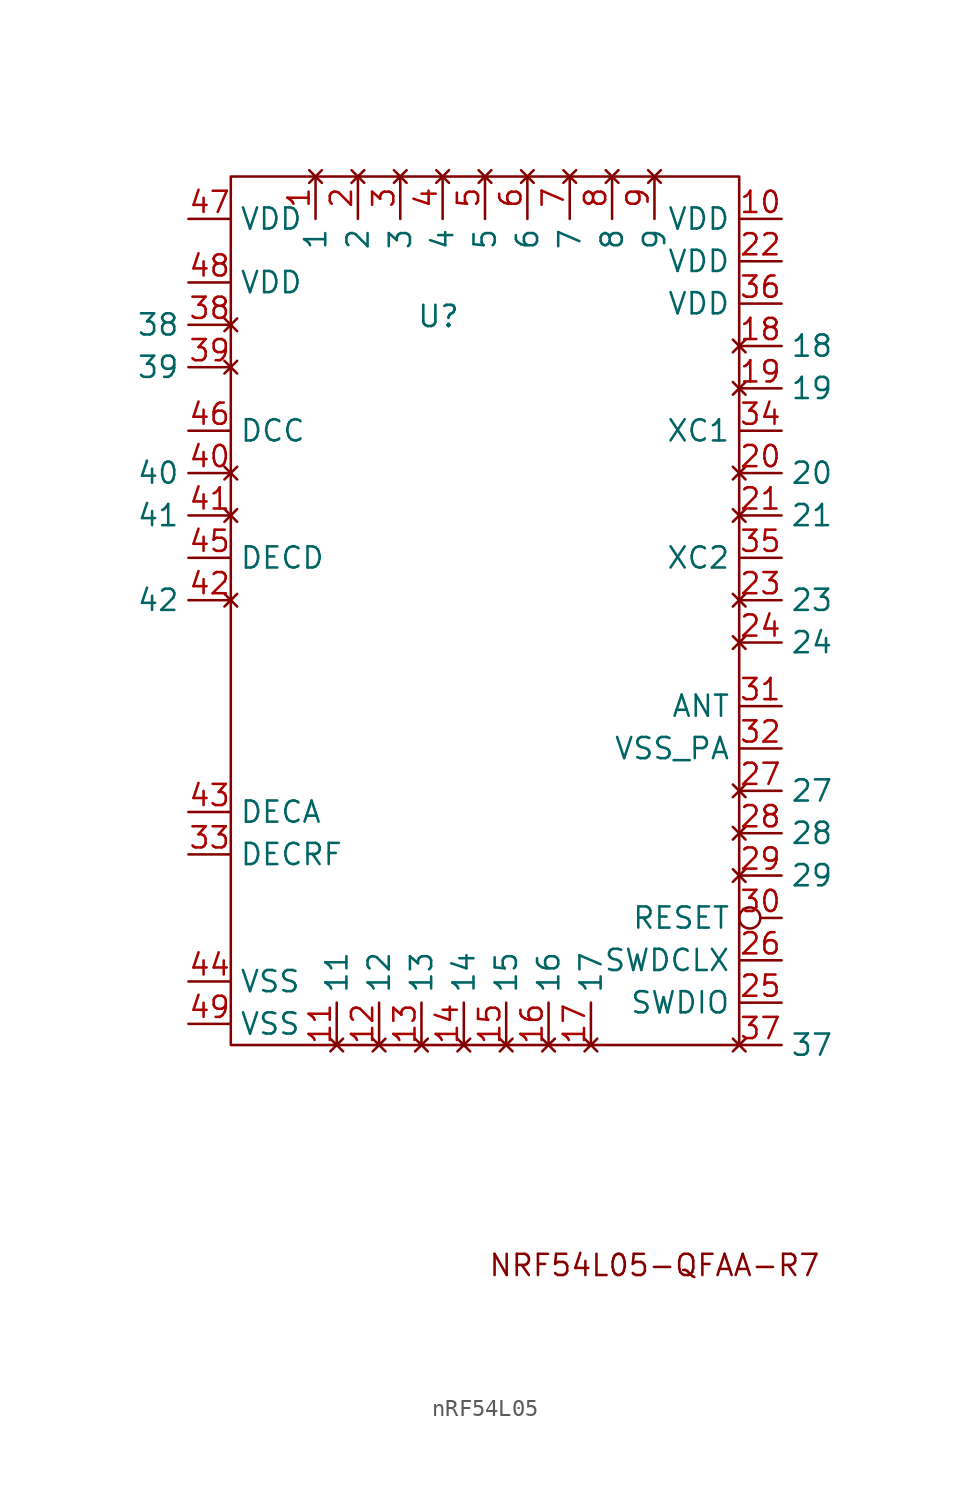
<source format=kicad_sym>
(kicad_symbol_lib
  (version 20241209)
  (generator "kicad_symbol_editor")
  (generator_version "9.0")
  (symbol "nRF54L05"
    (property "Reference" "U"
      (at -1.524 0.508 0)
      (effects (font (size 1.27 1.27) (thickness 0.159))))
    (property "Value" ""
      (at 0 0 0)
      (effects (font (size 1.27 1.27))))
    (symbol "nRF54L05_0_1"
      (rectangle (start -13.97 8.89) (end 16.51 -43.18) (stroke (width 0) (type default)) (fill (type none))))
    (symbol "nRF54L05_1_1"
      (text "NRF54L05-QFAA-R7" (at 11.43 -56.388 0) (effects (font (size 1.27 1.27))))
      (pin free line (at -16.51 6.35 0) (length 2.54) (name "VDD" (effects (font (size 1.27 1.27)))) (number "47" (effects (font (size 1.27 1.27)))))
      (pin free line (at -16.51 2.54 0) (length 2.54) (name "VDD" (effects (font (size 1.27 1.27)))) (number "48" (effects (font (size 1.27 1.27)))))
      (pin output line (at -16.51 -6.35 0) (length 2.54) (name "DCC" (effects (font (size 1.27 1.27)))) (number "46" (effects (font (size 1.27 1.27)))))
      (pin free line (at -16.51 -13.97 0) (length 2.54) (name "DECD" (effects (font (size 1.27 1.27)))) (number "45" (effects (font (size 1.27 1.27)))))
      (pin free line (at -16.51 -29.21 0) (length 2.54) (name "DECA" (effects (font (size 1.27 1.27)))) (number "43" (effects (font (size 1.27 1.27)))))
      (pin free line (at -16.51 -31.75 0) (length 2.54) (name "DECRF" (effects (font (size 1.27 1.27)))) (number "33" (effects (font (size 1.27 1.27)))))
      (pin free line (at -16.51 -39.37 0) (length 2.54) (name "VSS" (effects (font (size 1.27 1.27)))) (number "44" (effects (font (size 1.27 1.27)))))
      (pin free line (at -16.51 -41.91 0) (length 2.54) (name "VSS" (effects (font (size 1.27 1.27)))) (number "49" (effects (font (size 1.27 1.27)))))
      (pin no_connect line (at -13.97 0 180) (length 2.54) (name "38" (effects (font (size 1.27 1.27)))) (number "38" (effects (font (size 1.27 1.27)))))
      (pin no_connect line (at -13.97 -2.54 180) (length 2.54) (name "39" (effects (font (size 1.27 1.27)))) (number "39" (effects (font (size 1.27 1.27)))))
      (pin no_connect line (at -13.97 -8.89 180) (length 2.54) (name "40" (effects (font (size 1.27 1.27)))) (number "40" (effects (font (size 1.27 1.27)))))
      (pin no_connect line (at -13.97 -11.43 180) (length 2.54) (name "41" (effects (font (size 1.27 1.27)))) (number "41" (effects (font (size 1.27 1.27)))))
      (pin no_connect line (at -13.97 -16.51 180) (length 2.54) (name "42" (effects (font (size 1.27 1.27)))) (number "42" (effects (font (size 1.27 1.27)))))
      (pin no_connect line (at -8.89 8.89 270) (length 2.54) (name "1" (effects (font (size 1.27 1.27)))) (number "1" (effects (font (size 1.27 1.27)))))
      (pin no_connect line (at -7.62 -43.18 90) (length 2.54) (name "11" (effects (font (size 1.27 1.27)))) (number "11" (effects (font (size 1.27 1.27)))))
      (pin no_connect line (at -6.35 8.89 270) (length 2.54) (name "2" (effects (font (size 1.27 1.27)))) (number "2" (effects (font (size 1.27 1.27)))))
      (pin no_connect line (at -5.08 -43.18 90) (length 2.54) (name "12" (effects (font (size 1.27 1.27)))) (number "12" (effects (font (size 1.27 1.27)))))
      (pin no_connect line (at -3.81 8.89 270) (length 2.54) (name "3" (effects (font (size 1.27 1.27)))) (number "3" (effects (font (size 1.27 1.27)))))
      (pin no_connect line (at -2.54 -43.18 90) (length 2.54) (name "13" (effects (font (size 1.27 1.27)))) (number "13" (effects (font (size 1.27 1.27)))))
      (pin no_connect line (at -1.27 8.89 270) (length 2.54) (name "4" (effects (font (size 1.27 1.27)))) (number "4" (effects (font (size 1.27 1.27)))))
      (pin no_connect line (at 0 -43.18 90) (length 2.54) (name "14" (effects (font (size 1.27 1.27)))) (number "14" (effects (font (size 1.27 1.27)))))
      (pin no_connect line (at 1.27 8.89 270) (length 2.54) (name "5" (effects (font (size 1.27 1.27)))) (number "5" (effects (font (size 1.27 1.27)))))
      (pin no_connect line (at 2.54 -43.18 90) (length 2.54) (name "15" (effects (font (size 1.27 1.27)))) (number "15" (effects (font (size 1.27 1.27)))))
      (pin no_connect line (at 3.81 8.89 270) (length 2.54) (name "6" (effects (font (size 1.27 1.27)))) (number "6" (effects (font (size 1.27 1.27)))))
      (pin no_connect line (at 5.08 -43.18 90) (length 2.54) (name "16" (effects (font (size 1.27 1.27)))) (number "16" (effects (font (size 1.27 1.27)))))
      (pin no_connect line (at 6.35 8.89 270) (length 2.54) (name "7" (effects (font (size 1.27 1.27)))) (number "7" (effects (font (size 1.27 1.27)))))
      (pin no_connect line (at 7.62 -43.18 90) (length 2.54) (name "17" (effects (font (size 1.27 1.27)))) (number "17" (effects (font (size 1.27 1.27)))))
      (pin no_connect line (at 8.89 8.89 270) (length 2.54) (name "8" (effects (font (size 1.27 1.27)))) (number "8" (effects (font (size 1.27 1.27)))))
      (pin no_connect line (at 11.43 8.89 270) (length 2.54) (name "9" (effects (font (size 1.27 1.27)))) (number "9" (effects (font (size 1.27 1.27)))))
      (pin no_connect line (at 16.51 -1.27 0) (length 2.54) (name "18" (effects (font (size 1.27 1.27)))) (number "18" (effects (font (size 1.27 1.27)))))
      (pin no_connect line (at 16.51 -3.81 0) (length 2.54) (name "19" (effects (font (size 1.27 1.27)))) (number "19" (effects (font (size 1.27 1.27)))))
      (pin no_connect line (at 16.51 -8.89 0) (length 2.54) (name "20" (effects (font (size 1.27 1.27)))) (number "20" (effects (font (size 1.27 1.27)))))
      (pin no_connect line (at 16.51 -11.43 0) (length 2.54) (name "21" (effects (font (size 1.27 1.27)))) (number "21" (effects (font (size 1.27 1.27)))))
      (pin no_connect line (at 16.51 -16.51 0) (length 2.54) (name "23" (effects (font (size 1.27 1.27)))) (number "23" (effects (font (size 1.27 1.27)))))
      (pin no_connect line (at 16.51 -19.05 0) (length 2.54) (name "24" (effects (font (size 1.27 1.27)))) (number "24" (effects (font (size 1.27 1.27)))))
      (pin no_connect line (at 16.51 -27.94 0) (length 2.54) (name "27" (effects (font (size 1.27 1.27)))) (number "27" (effects (font (size 1.27 1.27)))))
      (pin no_connect line (at 16.51 -30.48 0) (length 2.54) (name "28" (effects (font (size 1.27 1.27)))) (number "28" (effects (font (size 1.27 1.27)))))
      (pin no_connect line (at 16.51 -33.02 0) (length 2.54) (name "29" (effects (font (size 1.27 1.27)))) (number "29" (effects (font (size 1.27 1.27)))))
      (pin no_connect line (at 16.51 -43.18 0) (length 2.54) (name "37" (effects (font (size 1.27 1.27)))) (number "37" (effects (font (size 1.27 1.27)))))
      (pin free line (at 19.05 6.35 180) (length 2.54) (name "VDD" (effects (font (size 1.27 1.27)))) (number "10" (effects (font (size 1.27 1.27)))))
      (pin free line (at 19.05 3.81 180) (length 2.54) (name "VDD" (effects (font (size 1.27 1.27)))) (number "22" (effects (font (size 1.27 1.27)))))
      (pin free line (at 19.05 1.27 180) (length 2.54) (name "VDD" (effects (font (size 1.27 1.27)))) (number "36" (effects (font (size 1.27 1.27)))))
      (pin input line (at 19.05 -6.35 180) (length 2.54) (name "XC1" (effects (font (size 1.27 1.27)))) (number "34" (effects (font (size 1.27 1.27)))))
      (pin output line (at 19.05 -13.97 180) (length 2.54) (name "XC2" (effects (font (size 1.27 1.27)))) (number "35" (effects (font (size 1.27 1.27)))))
      (pin bidirectional line (at 19.05 -22.86 180) (length 2.54) (name "ANT" (effects (font (size 1.27 1.27)))) (number "31" (effects (font (size 1.27 1.27)))))
      (pin passive line (at 19.05 -25.4 180) (length 2.54) (name "VSS_PA" (effects (font (size 1.27 1.27)))) (number "32" (effects (font (size 1.27 1.27)))))
      (pin input inverted (at 19.05 -35.56 180) (length 2.54) (name "RESET" (effects (font (size 1.27 1.27)))) (number "30" (effects (font (size 1.27 1.27)))))
      (pin input line (at 19.05 -38.1 180) (length 2.54) (name "SWDCLX" (effects (font (size 1.27 1.27)))) (number "26" (effects (font (size 1.27 1.27)))))
      (pin bidirectional line (at 19.05 -40.64 180) (length 2.54) (name "SWDIO" (effects (font (size 1.27 1.27)))) (number "25" (effects (font (size 1.27 1.27))))))))
</source>
